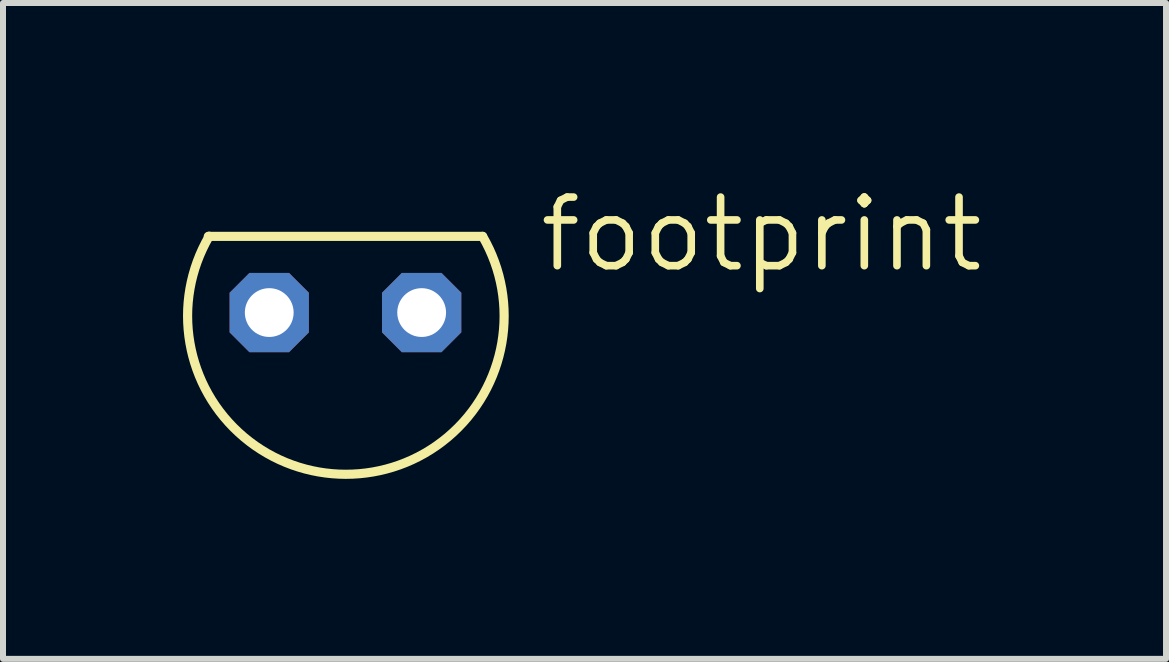
<source format=kicad_pcb>
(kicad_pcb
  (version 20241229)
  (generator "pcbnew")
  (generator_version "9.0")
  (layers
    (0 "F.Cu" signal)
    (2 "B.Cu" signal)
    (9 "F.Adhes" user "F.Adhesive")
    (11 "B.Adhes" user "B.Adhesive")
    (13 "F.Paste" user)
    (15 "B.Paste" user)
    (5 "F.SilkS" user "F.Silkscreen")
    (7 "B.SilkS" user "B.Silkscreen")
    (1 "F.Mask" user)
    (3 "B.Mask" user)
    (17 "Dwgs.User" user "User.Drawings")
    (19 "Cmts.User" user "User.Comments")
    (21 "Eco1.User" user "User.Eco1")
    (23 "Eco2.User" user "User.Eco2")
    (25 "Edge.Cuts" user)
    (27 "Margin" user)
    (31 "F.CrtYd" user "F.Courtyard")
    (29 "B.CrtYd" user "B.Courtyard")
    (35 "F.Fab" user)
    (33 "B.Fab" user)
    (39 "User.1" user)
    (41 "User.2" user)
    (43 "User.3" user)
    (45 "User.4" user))
  (footprint "footprint"
    (layer "F.Cu")
    (at 2.707 2.159)
    (property "Reference" "footprint" (at 3.175 -0.635 0) (layer "F.SilkS") (effects (font (size 1.143 1.143) (thickness 0.127)) (justify left bottom)))
    (fp_line (start 2.286 -1.27) (end -2.286 -1.27) (stroke (width 0.152) (type solid)) (layer "F.SilkS"))
    (fp_arc (start 2.285999 -1.270001) (mid 0.005661 2.695197) (end -2.2705 -1.2724) (stroke (width 0.1524) (type solid)) (layer "F.SilkS"))
    (pad "A" thru_hole roundrect (at 1.27 0) (size 1.321 1.321) (drill 0.813) (layers "*.Cu" "*.Mask") (roundrect_rratio 0.25) (chamfer_ratio 0.25) (chamfer top_left top_right bottom_left bottom_right))
    (pad "C" thru_hole roundrect (at -1.27 0) (size 1.321 1.321) (drill 0.813) (layers "*.Cu" "*.Mask") (roundrect_rratio 0.25) (chamfer_ratio 0.25) (chamfer top_left top_right bottom_left bottom_right)))
  (gr_rect
    (start -3 -3)
    (end 16.382 7.93)
    (stroke (width 0.1) (type default))
    (fill no)
    (layer "Edge.Cuts")))
</source>
